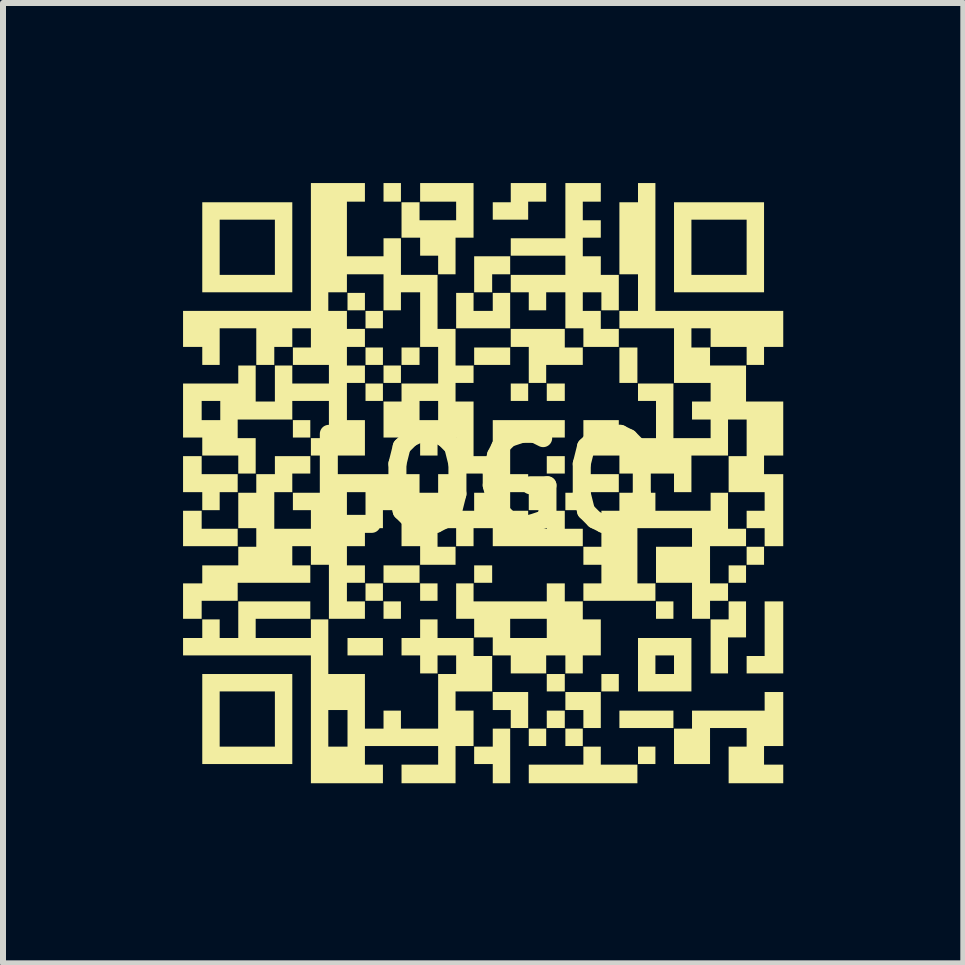
<source format=kicad_pcb>
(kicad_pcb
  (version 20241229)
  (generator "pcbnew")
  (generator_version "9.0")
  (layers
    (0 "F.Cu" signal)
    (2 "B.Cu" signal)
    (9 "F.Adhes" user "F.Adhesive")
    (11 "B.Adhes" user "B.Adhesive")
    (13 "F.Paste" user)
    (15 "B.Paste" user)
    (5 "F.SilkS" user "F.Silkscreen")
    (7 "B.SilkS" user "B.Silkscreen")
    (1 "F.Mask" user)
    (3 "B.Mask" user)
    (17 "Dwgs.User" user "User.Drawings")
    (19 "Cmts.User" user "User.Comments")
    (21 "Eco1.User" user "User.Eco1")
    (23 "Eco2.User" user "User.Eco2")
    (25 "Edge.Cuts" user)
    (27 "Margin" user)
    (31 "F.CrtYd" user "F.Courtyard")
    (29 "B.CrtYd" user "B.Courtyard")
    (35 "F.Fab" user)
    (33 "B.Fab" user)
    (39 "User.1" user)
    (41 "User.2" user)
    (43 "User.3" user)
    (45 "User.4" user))
  (footprint "LOGO"
    (layer "F.Cu")
    (at 5 5)
    (property "Reference" "LOGO" (at 0 0 0) (layer "F.SilkS") (effects (font (size 1.5 1.5) (thickness 0.3))))
    (attr board_only exclude_from_pos_files exclude_from_bom)
    (fp_poly (pts (xy -2.88 -0.905) (xy -2.88 -0.76) (xy -3.025 -0.76) (xy -3.17 -0.76) (xy -3.17 -0.905) (xy -3.17 -1.05) (xy -3.025 -1.05) (xy -2.88 -1.05)) (stroke (width 0) (type solid)) (fill yes) (layer "F.SilkS"))
    (fp_poly (pts (xy -1.97 -3.025) (xy -1.97 -2.88) (xy -2.115 -2.88) (xy -2.26 -2.88) (xy -2.26 -3.025) (xy -2.26 -3.17) (xy -2.115 -3.17) (xy -1.97 -3.17)) (stroke (width 0) (type solid)) (fill yes) (layer "F.SilkS"))
    (fp_poly (pts (xy -1.67 -2.725) (xy -1.67 -2.58) (xy -1.815 -2.58) (xy -1.96 -2.58) (xy -1.96 -2.725) (xy -1.96 -2.87) (xy -1.815 -2.87) (xy -1.67 -2.87)) (stroke (width 0) (type solid)) (fill yes) (layer "F.SilkS"))
    (fp_poly (pts (xy -1.67 -2.115) (xy -1.67 -1.97) (xy -1.815 -1.97) (xy -1.96 -1.97) (xy -1.96 -2.115) (xy -1.96 -2.26) (xy -1.815 -2.26) (xy -1.67 -2.26)) (stroke (width 0) (type solid)) (fill yes) (layer "F.SilkS"))
    (fp_poly (pts (xy -1.67 -1.515) (xy -1.67 -1.37) (xy -1.815 -1.37) (xy -1.96 -1.37) (xy -1.96 -1.515) (xy -1.96 -1.66) (xy -1.815 -1.66) (xy -1.67 -1.66)) (stroke (width 0) (type solid)) (fill yes) (layer "F.SilkS"))
    (fp_poly (pts (xy -1.67 1.815) (xy -1.67 1.96) (xy -1.815 1.96) (xy -1.96 1.96) (xy -1.96 1.815) (xy -1.96 1.67) (xy -1.815 1.67) (xy -1.67 1.67)) (stroke (width 0) (type solid)) (fill yes) (layer "F.SilkS"))
    (fp_poly (pts (xy -1.67 2.725) (xy -1.67 2.87) (xy -1.965 2.87) (xy -2.26 2.87) (xy -2.26 2.725) (xy -2.26 2.58) (xy -1.965 2.58) (xy -1.67 2.58)) (stroke (width 0) (type solid)) (fill yes) (layer "F.SilkS"))
    (fp_poly (pts (xy -1.37 -4.845) (xy -1.37 -4.69) (xy -1.515 -4.69) (xy -1.66 -4.69) (xy -1.66 -4.845) (xy -1.66 -5) (xy -1.515 -5) (xy -1.37 -5)) (stroke (width 0) (type solid)) (fill yes) (layer "F.SilkS"))
    (fp_poly (pts (xy -1.37 -1.815) (xy -1.37 -1.67) (xy -1.515 -1.67) (xy -1.66 -1.67) (xy -1.66 -1.815) (xy -1.66 -1.96) (xy -1.515 -1.96) (xy -1.37 -1.96)) (stroke (width 0) (type solid)) (fill yes) (layer "F.SilkS"))
    (fp_poly (pts (xy -1.37 2.115) (xy -1.37 2.26) (xy -1.515 2.26) (xy -1.66 2.26) (xy -1.66 2.115) (xy -1.66 1.97) (xy -1.515 1.97) (xy -1.37 1.97)) (stroke (width 0) (type solid)) (fill yes) (layer "F.SilkS"))
    (fp_poly (pts (xy -1.06 -2.115) (xy -1.06 -1.97) (xy -1.21 -1.97) (xy -1.36 -1.97) (xy -1.36 -2.115) (xy -1.36 -2.26) (xy -1.21 -2.26) (xy -1.06 -2.26)) (stroke (width 0) (type solid)) (fill yes) (layer "F.SilkS"))
    (fp_poly (pts (xy -1.06 1.515) (xy -1.06 1.66) (xy -1.36 1.66) (xy -1.66 1.66) (xy -1.66 1.515) (xy -1.66 1.37) (xy -1.36 1.37) (xy -1.06 1.37)) (stroke (width 0) (type solid)) (fill yes) (layer "F.SilkS"))
    (fp_poly (pts (xy -0.76 1.815) (xy -0.76 1.96) (xy -0.905 1.96) (xy -1.05 1.96) (xy -1.05 1.815) (xy -1.05 1.67) (xy -0.905 1.67) (xy -0.76 1.67)) (stroke (width 0) (type solid)) (fill yes) (layer "F.SilkS"))
    (fp_poly (pts (xy 0.15 1.515) (xy 0.15 1.66) (xy 0 1.66) (xy -0.15 1.66) (xy -0.15 1.515) (xy -0.15 1.37) (xy 0 1.37) (xy 0.15 1.37)) (stroke (width 0) (type solid)) (fill yes) (layer "F.SilkS"))
    (fp_poly (pts (xy 0.45 -2.115) (xy 0.45 -1.97) (xy 0.15 -1.97) (xy -0.15 -1.97) (xy -0.15 -2.115) (xy -0.15 -2.26) (xy 0.15 -2.26) (xy 0.45 -2.26)) (stroke (width 0) (type solid)) (fill yes) (layer "F.SilkS"))
    (fp_poly (pts (xy 0.75 -1.515) (xy 0.75 -1.37) (xy 0.605 -1.37) (xy 0.46 -1.37) (xy 0.46 -1.515) (xy 0.46 -1.66) (xy 0.605 -1.66) (xy 0.75 -1.66)) (stroke (width 0) (type solid)) (fill yes) (layer "F.SilkS"))
    (fp_poly (pts (xy 1.05 0.305) (xy 1.05 0.45) (xy 0.905 0.45) (xy 0.76 0.45) (xy 0.76 0.305) (xy 0.76 0.16) (xy 0.905 0.16) (xy 1.05 0.16)) (stroke (width 0) (type solid)) (fill yes) (layer "F.SilkS"))
    (fp_poly (pts (xy 1.05 4.235) (xy 1.05 4.38) (xy 0.905 4.38) (xy 0.76 4.38) (xy 0.76 4.235) (xy 0.76 4.09) (xy 0.905 4.09) (xy 1.05 4.09)) (stroke (width 0) (type solid)) (fill yes) (layer "F.SilkS"))
    (fp_poly (pts (xy 1.36 -1.515) (xy 1.36 -1.37) (xy 1.21 -1.37) (xy 1.06 -1.37) (xy 1.06 -1.515) (xy 1.06 -1.66) (xy 1.21 -1.66) (xy 1.36 -1.66)) (stroke (width 0) (type solid)) (fill yes) (layer "F.SilkS"))
    (fp_poly (pts (xy 1.36 -0.305) (xy 1.36 -0.16) (xy 1.21 -0.16) (xy 1.06 -0.16) (xy 1.06 -0.305) (xy 1.06 -0.45) (xy 1.21 -0.45) (xy 1.36 -0.45)) (stroke (width 0) (type solid)) (fill yes) (layer "F.SilkS"))
    (fp_poly (pts (xy 1.36 3.325) (xy 1.36 3.47) (xy 1.21 3.47) (xy 1.06 3.47) (xy 1.06 3.325) (xy 1.06 3.18) (xy 1.21 3.18) (xy 1.36 3.18)) (stroke (width 0) (type solid)) (fill yes) (layer "F.SilkS"))
    (fp_poly (pts (xy 1.36 3.935) (xy 1.36 4.08) (xy 1.21 4.08) (xy 1.06 4.08) (xy 1.06 3.935) (xy 1.06 3.79) (xy 1.21 3.79) (xy 1.36 3.79)) (stroke (width 0) (type solid)) (fill yes) (layer "F.SilkS"))
    (fp_poly (pts (xy 1.66 0.305) (xy 1.66 0.45) (xy 1.515 0.45) (xy 1.37 0.45) (xy 1.37 0.305) (xy 1.37 0.16) (xy 1.515 0.16) (xy 1.66 0.16)) (stroke (width 0) (type solid)) (fill yes) (layer "F.SilkS"))
    (fp_poly (pts (xy 1.66 4.235) (xy 1.66 4.38) (xy 1.515 4.38) (xy 1.37 4.38) (xy 1.37 4.235) (xy 1.37 4.09) (xy 1.515 4.09) (xy 1.66 4.09)) (stroke (width 0) (type solid)) (fill yes) (layer "F.SilkS"))
    (fp_poly (pts (xy 2.26 0) (xy 2.26 0.15) (xy 1.965 0.15) (xy 1.67 0.15) (xy 1.67 0) (xy 1.67 -0.15) (xy 1.965 -0.15) (xy 2.26 -0.15)) (stroke (width 0) (type solid)) (fill yes) (layer "F.SilkS"))
    (fp_poly (pts (xy 2.26 3.325) (xy 2.26 3.47) (xy 2.115 3.47) (xy 1.97 3.47) (xy 1.97 3.325) (xy 1.97 3.18) (xy 2.115 3.18) (xy 2.26 3.18)) (stroke (width 0) (type solid)) (fill yes) (layer "F.SilkS"))
    (fp_poly (pts (xy 2.57 -1.965) (xy 2.57 -1.67) (xy 2.42 -1.67) (xy 2.27 -1.67) (xy 2.27 -1.965) (xy 2.27 -2.26) (xy 2.42 -2.26) (xy 2.57 -2.26)) (stroke (width 0) (type solid)) (fill yes) (layer "F.SilkS"))
    (fp_poly (pts (xy 2.87 4.535) (xy 2.87 4.68) (xy 2.725 4.68) (xy 2.58 4.68) (xy 2.58 4.535) (xy 2.58 4.39) (xy 2.725 4.39) (xy 2.87 4.39)) (stroke (width 0) (type solid)) (fill yes) (layer "F.SilkS"))
    (fp_poly (pts (xy 3.17 2.115) (xy 3.17 2.26) (xy 3.025 2.26) (xy 2.88 2.26) (xy 2.88 2.115) (xy 2.88 1.97) (xy 3.025 1.97) (xy 3.17 1.97)) (stroke (width 0) (type solid)) (fill yes) (layer "F.SilkS"))
    (fp_poly (pts (xy 3.17 3.935) (xy 3.17 4.08) (xy 2.72 4.08) (xy 2.27 4.08) (xy 2.27 3.935) (xy 2.27 3.79) (xy 2.72 3.79) (xy 3.17 3.79)) (stroke (width 0) (type solid)) (fill yes) (layer "F.SilkS"))
    (fp_poly (pts (xy 4.38 1.515) (xy 4.38 1.66) (xy 4.235 1.66) (xy 4.09 1.66) (xy 4.09 1.515) (xy 4.09 1.37) (xy 4.235 1.37) (xy 4.38 1.37)) (stroke (width 0) (type solid)) (fill yes) (layer "F.SilkS"))
    (fp_poly (pts (xy 4.68 1.21) (xy 4.68 1.36) (xy 4.535 1.36) (xy 4.39 1.36) (xy 4.39 1.21) (xy 4.39 1.06) (xy 4.535 1.06) (xy 4.68 1.06)) (stroke (width 0) (type solid)) (fill yes) (layer "F.SilkS"))
    (fp_poly (pts (xy -4.69 0.61) (xy -4.69 0.76) (xy -4.39 0.76) (xy -4.09 0.76) (xy -4.09 0.905) (xy -4.09 1.05) (xy -4.545 1.05) (xy -5 1.05) (xy -5 0.755) (xy -5 0.46) (xy -4.845 0.46) (xy -4.69 0.46)) (stroke (width 0) (type solid)) (fill yes) (layer "F.SilkS"))
    (fp_poly (pts (xy 0.45 -3.63) (xy 0.45 -3.48) (xy 0.3 -3.48) (xy 0.15 -3.48) (xy 0.15 -3.33) (xy 0.15 -3.18) (xy 0 -3.18) (xy -0.15 -3.18) (xy -0.15 -3.48) (xy -0.15 -3.78) (xy 0.15 -3.78) (xy 0.45 -3.78)) (stroke (width 0) (type solid)) (fill yes) (layer "F.SilkS"))
    (fp_poly (pts (xy 0.75 3.78) (xy 0.75 4.08) (xy 0.605 4.08) (xy 0.46 4.08) (xy 0.46 3.93) (xy 0.46 3.78) (xy 0.31 3.78) (xy 0.16 3.78) (xy 0.16 3.63) (xy 0.16 3.48) (xy 0.455 3.48) (xy 0.75 3.48)) (stroke (width 0) (type solid)) (fill yes) (layer "F.SilkS"))
    (fp_poly (pts (xy 1.96 3.78) (xy 1.96 4.08) (xy 1.815 4.08) (xy 1.67 4.08) (xy 1.67 3.93) (xy 1.67 3.78) (xy 1.52 3.78) (xy 1.37 3.78) (xy 1.37 3.63) (xy 1.37 3.48) (xy 1.665 3.48) (xy 1.96 3.48)) (stroke (width 0) (type solid)) (fill yes) (layer "F.SilkS"))
    (fp_poly (pts (xy 5 2.57) (xy 5 3.17) (xy 4.695 3.17) (xy 4.39 3.17) (xy 4.39 3.025) (xy 4.39 2.88) (xy 4.54 2.88) (xy 4.69 2.88) (xy 4.69 2.425) (xy 4.69 1.97) (xy 4.845 1.97) (xy 5 1.97)) (stroke (width 0) (type solid)) (fill yes) (layer "F.SilkS"))
    (fp_poly (pts (xy -0.16 -3.02) (xy -0.16 -2.87) (xy 0 -2.87) (xy 0.16 -2.87) (xy 0.16 -3.02) (xy 0.16 -3.17) (xy 0.305 -3.17) (xy 0.45 -3.17) (xy 0.45 -2.875) (xy 0.45 -2.58) (xy 0 -2.58) (xy -0.45 -2.58) (xy -0.45 -2.875) (xy -0.45 -3.17) (xy -0.305 -3.17) (xy -0.16 -3.17)) (stroke (width 0) (type solid)) (fill yes) (layer "F.SilkS"))
    (fp_poly (pts (xy 0.45 4.545) (xy 0.45 5) (xy 0.305 5) (xy 0.16 5) (xy 0.16 4.84) (xy 0.16 4.68) (xy 0.005 4.68) (xy -0.15 4.68) (xy -0.15 4.535) (xy -0.15 4.39) (xy 0.005 4.39) (xy 0.16 4.39) (xy 0.16 4.24) (xy 0.16 4.09) (xy 0.305 4.09) (xy 0.45 4.09)) (stroke (width 0) (type solid)) (fill yes) (layer "F.SilkS"))
    (fp_poly (pts (xy 1.05 -4.845) (xy 1.05 -4.69) (xy 0.9 -4.69) (xy 0.75 -4.69) (xy 0.75 -4.54) (xy 0.75 -4.39) (xy 0.455 -4.39) (xy 0.16 -4.39) (xy 0.16 -4.535) (xy 0.16 -4.68) (xy 0.31 -4.68) (xy 0.46 -4.68) (xy 0.46 -4.84) (xy 0.46 -5) (xy 0.755 -5) (xy 1.05 -5)) (stroke (width 0) (type solid)) (fill yes) (layer "F.SilkS"))
    (fp_poly (pts (xy 1.96 4.54) (xy 1.96 4.69) (xy 2.265 4.69) (xy 2.57 4.69) (xy 2.57 4.845) (xy 2.57 5) (xy 1.665 5) (xy 0.76 5) (xy 0.76 4.845) (xy 0.76 4.69) (xy 1.215 4.69) (xy 1.67 4.69) (xy 1.67 4.54) (xy 1.67 4.39) (xy 1.815 4.39) (xy 1.96 4.39)) (stroke (width 0) (type solid)) (fill yes) (layer "F.SilkS"))
    (fp_poly (pts (xy 4.38 2.27) (xy 4.38 2.57) (xy 4.23 2.57) (xy 4.08 2.57) (xy 4.08 2.87) (xy 4.08 3.17) (xy 3.935 3.17) (xy 3.79 3.17) (xy 3.79 2.72) (xy 3.79 2.27) (xy 3.94 2.27) (xy 4.09 2.27) (xy 4.09 2.12) (xy 4.09 1.97) (xy 4.235 1.97) (xy 4.38 1.97)) (stroke (width 0) (type solid)) (fill yes) (layer "F.SilkS"))
    (fp_poly (pts (xy -3.18 -3.93) (xy -3.18 -3.18) (xy -3.93 -3.18) (xy -4.68 -3.18) (xy -4.68 -3.93) (xy -4.39 -3.93) (xy -4.39 -3.47) (xy -3.93 -3.47) (xy -3.47 -3.47) (xy -3.47 -3.93) (xy -3.47 -4.39) (xy -3.93 -4.39) (xy -4.39 -4.39) (xy -4.39 -3.93) (xy -4.68 -3.93) (xy -4.68 -4.68) (xy -3.93 -4.68) (xy -3.18 -4.68)) (stroke (width 0) (type solid)) (fill yes) (layer "F.SilkS"))
    (fp_poly (pts (xy -3.18 3.93) (xy -3.18 4.68) (xy -3.93 4.68) (xy -4.68 4.68) (xy -4.68 3.93) (xy -4.39 3.93) (xy -4.39 4.39) (xy -3.93 4.39) (xy -3.47 4.39) (xy -3.47 3.93) (xy -3.47 3.47) (xy -3.93 3.47) (xy -4.39 3.47) (xy -4.39 3.93) (xy -4.68 3.93) (xy -4.68 3.18) (xy -3.93 3.18) (xy -3.18 3.18)) (stroke (width 0) (type solid)) (fill yes) (layer "F.SilkS"))
    (fp_poly (pts (xy 3.47 3.025) (xy 3.47 3.47) (xy 3.025 3.47) (xy 2.58 3.47) (xy 2.58 3.025) (xy 2.87 3.025) (xy 2.87 3.18) (xy 3.025 3.18) (xy 3.18 3.18) (xy 3.18 3.025) (xy 3.18 2.87) (xy 3.025 2.87) (xy 2.87 2.87) (xy 2.87 3.025) (xy 2.58 3.025) (xy 2.58 2.58) (xy 3.025 2.58) (xy 3.47 2.58)) (stroke (width 0) (type solid)) (fill yes) (layer "F.SilkS"))
    (fp_poly (pts (xy 4.68 -3.93) (xy 4.68 -3.18) (xy 3.93 -3.18) (xy 3.18 -3.18) (xy 3.18 -3.93) (xy 3.47 -3.93) (xy 3.47 -3.47) (xy 3.93 -3.47) (xy 4.39 -3.47) (xy 4.39 -3.93) (xy 4.39 -4.39) (xy 3.93 -4.39) (xy 3.47 -4.39) (xy 3.47 -3.93) (xy 3.18 -3.93) (xy 3.18 -4.68) (xy 3.93 -4.68) (xy 4.68 -4.68)) (stroke (width 0) (type solid)) (fill yes) (layer "F.SilkS"))
    (fp_poly (pts (xy -4.69 -0.3) (xy -4.69 -0.15) (xy -4.39 -0.15) (xy -4.09 -0.15) (xy -4.09 0) (xy -4.09 0.15) (xy -4.24 0.15) (xy -4.39 0.15) (xy -4.39 0.3) (xy -4.39 0.45) (xy -4.535 0.45) (xy -4.68 0.45) (xy -4.68 0.3) (xy -4.68 0.15) (xy -4.84 0.15) (xy -5 0.15) (xy -5 -0.15) (xy -5 -0.45) (xy -4.845 -0.45) (xy -4.69 -0.45)) (stroke (width 0) (type solid)) (fill yes) (layer "F.SilkS"))
    (fp_poly (pts (xy 1.36 -2.415) (xy 1.36 -2.26) (xy 1.51 -2.26) (xy 1.66 -2.26) (xy 1.66 -2.115) (xy 1.66 -1.97) (xy 1.355 -1.97) (xy 1.05 -1.97) (xy 1.05 -1.82) (xy 1.05 -1.67) (xy 0.905 -1.67) (xy 0.76 -1.67) (xy 0.76 -1.97) (xy 0.76 -2.27) (xy 0.61 -2.27) (xy 0.46 -2.27) (xy 0.46 -2.42) (xy 0.46 -2.57) (xy 0.91 -2.57) (xy 1.36 -2.57)) (stroke (width 0) (type solid)) (fill yes) (layer "F.SilkS"))
    (fp_poly (pts (xy -0.16 -4.545) (xy -0.16 -4.09) (xy -0.31 -4.09) (xy -0.46 -4.09) (xy -0.46 -3.785) (xy -0.46 -3.48) (xy -0.605 -3.48) (xy -0.75 -3.48) (xy -0.75 -3.635) (xy -0.75 -3.79) (xy -0.9 -3.79) (xy -1.05 -3.79) (xy -1.05 -3.94) (xy -1.05 -4.09) (xy -1.205 -4.09) (xy -1.36 -4.09) (xy -1.36 -4.385) (xy -1.36 -4.68) (xy -1.21 -4.68) (xy -1.06 -4.68) (xy -1.06 -4.53) (xy -1.06 -4.38) (xy -0.755 -4.38) (xy -0.45 -4.38) (xy -0.45 -4.535) (xy -0.45 -4.69) (xy -0.75 -4.69) (xy -1.05 -4.69) (xy -1.05 -4.845) (xy -1.05 -5) (xy -0.605 -5) (xy -0.16 -5)) (stroke (width 0) (type solid)) (fill yes) (layer "F.SilkS"))
    (fp_poly (pts (xy 5 3.93) (xy 5 4.38) (xy 4.84 4.38) (xy 4.68 4.38) (xy 4.68 4.535) (xy 4.68 4.69) (xy 4.84 4.69) (xy 5 4.69) (xy 5 4.845) (xy 5 5) (xy 4.545 5) (xy 4.09 5) (xy 4.09 4.695) (xy 4.09 4.39) (xy 4.24 4.39) (xy 4.39 4.39) (xy 4.39 4.235) (xy 4.39 4.08) (xy 4.085 4.08) (xy 3.78 4.08) (xy 3.78 4.38) (xy 3.78 4.68) (xy 3.48 4.68) (xy 3.18 4.68) (xy 3.18 4.385) (xy 3.18 4.09) (xy 3.33 4.09) (xy 3.48 4.09) (xy 3.48 3.94) (xy 3.48 3.79) (xy 4.085 3.79) (xy 4.69 3.79) (xy 4.69 3.635) (xy 4.69 3.48) (xy 4.845 3.48) (xy 5 3.48)) (stroke (width 0) (type solid)) (fill yes) (layer "F.SilkS"))
    (fp_poly (pts (xy -0.16 1.82) (xy -0.16 1.97) (xy 0.45 1.97) (xy 1.06 1.97) (xy 1.06 1.82) (xy 1.06 1.67) (xy 1.21 1.67) (xy 1.36 1.67) (xy 1.36 1.82) (xy 1.36 1.97) (xy 1.51 1.97) (xy 1.66 1.97) (xy 1.66 2.12) (xy 1.66 2.27) (xy 1.81 2.27) (xy 1.96 2.27) (xy 1.96 2.57) (xy 1.96 2.87) (xy 1.81 2.87) (xy 1.66 2.87) (xy 1.66 3.02) (xy 1.66 3.17) (xy 1.515 3.17) (xy 1.37 3.17) (xy 1.37 3.02) (xy 1.37 2.87) (xy 1.21 2.87) (xy 1.05 2.87) (xy 1.05 3.02) (xy 1.05 3.17) (xy 0.755 3.17) (xy 0.46 3.17) (xy 0.46 3.02) (xy 0.46 2.87) (xy 0.31 2.87) (xy 0.16 2.87) (xy 0.16 2.72) (xy 0.16 2.57) (xy 0.005 2.57) (xy -0.15 2.57) (xy -0.15 2.42) (xy 0.45 2.42) (xy 0.45 2.58) (xy 0.755 2.58) (xy 1.06 2.58) (xy 1.06 2.42) (xy 1.06 2.26) (xy 0.755 2.26) (xy 0.45 2.26) (xy 0.45 2.42) (xy -0.15 2.42) (xy -0.15 2.415) (xy -0.15 2.26) (xy -0.3 2.26) (xy -0.45 2.26) (xy -0.45 1.965) (xy -0.45 1.67) (xy -0.305 1.67) (xy -0.16 1.67)) (stroke (width 0) (type solid)) (fill yes) (layer "F.SilkS"))
    (fp_poly (pts (xy 2.87 0.31) (xy 2.87 0.46) (xy 3.33 0.46) (xy 3.79 0.46) (xy 3.79 0.31) (xy 3.79 0.16) (xy 3.935 0.16) (xy 4.08 0.16) (xy 4.08 0.46) (xy 4.08 0.76) (xy 4.23 0.76) (xy 4.38 0.76) (xy 4.38 0.905) (xy 4.38 1.05) (xy 4.08 1.05) (xy 3.78 1.05) (xy 3.78 1.36) (xy 3.78 1.67) (xy 3.93 1.67) (xy 4.08 1.67) (xy 4.08 1.815) (xy 4.08 1.96) (xy 3.93 1.96) (xy 3.78 1.96) (xy 3.78 2.11) (xy 3.78 2.26) (xy 3.63 2.26) (xy 3.48 2.26) (xy 3.48 1.96) (xy 3.48 1.66) (xy 3.18 1.66) (xy 2.88 1.66) (xy 2.88 1.36) (xy 2.88 1.06) (xy 3.18 1.06) (xy 3.48 1.06) (xy 3.48 0.905) (xy 3.48 0.75) (xy 3.025 0.75) (xy 2.57 0.75) (xy 2.57 1.21) (xy 2.57 1.67) (xy 2.72 1.67) (xy 2.87 1.67) (xy 2.87 1.815) (xy 2.87 1.96) (xy 2.27 1.96) (xy 1.67 1.96) (xy 1.67 1.815) (xy 1.67 1.67) (xy 1.82 1.67) (xy 1.97 1.67) (xy 1.97 1.515) (xy 1.97 1.36) (xy 1.82 1.36) (xy 1.67 1.36) (xy 1.67 1.21) (xy 1.67 1.06) (xy 1.82 1.06) (xy 1.97 1.06) (xy 1.97 0.76) (xy 1.97 0.46) (xy 2.12 0.46) (xy 2.27 0.46) (xy 2.27 0.31) (xy 2.27 0.16) (xy 2.57 0.16) (xy 2.87 0.16)) (stroke (width 0) (type solid)) (fill yes) (layer "F.SilkS"))
    (fp_poly (pts (xy 1.96 -4.845) (xy 1.96 -4.69) (xy 1.81 -4.69) (xy 1.66 -4.69) (xy 1.66 -4.535) (xy 1.66 -4.38) (xy 1.81 -4.38) (xy 1.96 -4.38) (xy 1.96 -4.235) (xy 1.96 -4.09) (xy 1.81 -4.09) (xy 1.66 -4.09) (xy 1.66 -3.935) (xy 1.66 -3.78) (xy 1.81 -3.78) (xy 1.96 -3.78) (xy 1.96 -3.625) (xy 1.96 -3.47) (xy 2.11 -3.47) (xy 2.26 -3.47) (xy 2.26 -3.175) (xy 2.26 -2.88) (xy 2.115 -2.88) (xy 1.97 -2.88) (xy 1.97 -3.03) (xy 1.97 -3.18) (xy 1.815 -3.18) (xy 1.66 -3.18) (xy 1.66 -3.025) (xy 1.66 -2.87) (xy 1.81 -2.87) (xy 1.96 -2.87) (xy 1.96 -2.72) (xy 1.96 -2.57) (xy 2.11 -2.57) (xy 2.26 -2.57) (xy 2.26 -2.42) (xy 2.26 -2.27) (xy 1.965 -2.27) (xy 1.67 -2.27) (xy 1.67 -2.425) (xy 1.67 -2.58) (xy 1.52 -2.58) (xy 1.37 -2.58) (xy 1.37 -2.88) (xy 1.37 -3.18) (xy 1.21 -3.18) (xy 1.05 -3.18) (xy 1.05 -3.03) (xy 1.05 -2.88) (xy 0.905 -2.88) (xy 0.76 -2.88) (xy 0.76 -3.03) (xy 0.76 -3.18) (xy 0.61 -3.18) (xy 0.46 -3.18) (xy 0.46 -3.325) (xy 0.46 -3.47) (xy 0.915 -3.47) (xy 1.37 -3.47) (xy 1.37 -3.63) (xy 1.37 -3.79) (xy 0.915 -3.79) (xy 0.46 -3.79) (xy 0.46 -3.935) (xy 0.46 -4.08) (xy 0.915 -4.08) (xy 1.37 -4.08) (xy 1.37 -4.54) (xy 1.37 -5) (xy 1.665 -5) (xy 1.96 -5)) (stroke (width 0) (type solid)) (fill yes) (layer "F.SilkS"))
    (fp_poly (pts (xy -2.88 2.115) (xy -2.88 2.26) (xy -3.335 2.26) (xy -3.79 2.26) (xy -3.79 2.42) (xy -3.79 2.58) (xy -3.33 2.58) (xy -2.87 2.58) (xy -2.87 2.425) (xy -2.87 2.27) (xy -2.725 2.27) (xy -2.58 2.27) (xy -2.58 2.725) (xy -2.58 3.18) (xy -2.275 3.18) (xy -1.97 3.18) (xy -1.97 3.635) (xy -1.97 4.09) (xy -1.815 4.09) (xy -1.66 4.09) (xy -1.66 3.94) (xy -1.66 3.79) (xy -1.515 3.79) (xy -1.37 3.79) (xy -1.37 3.94) (xy -1.37 4.09) (xy -1.06 4.09) (xy -0.75 4.09) (xy -0.75 3.635) (xy -0.75 3.18) (xy -0.6 3.18) (xy -0.45 3.18) (xy -0.45 3.025) (xy -0.45 2.87) (xy -0.605 2.87) (xy -0.76 2.87) (xy -0.76 3.02) (xy -0.76 3.17) (xy -0.905 3.17) (xy -1.05 3.17) (xy -1.05 3.02) (xy -1.05 2.87) (xy -1.205 2.87) (xy -1.36 2.87) (xy -1.36 2.725) (xy -1.36 2.58) (xy -1.205 2.58) (xy -1.05 2.58) (xy -1.05 2.425) (xy -1.05 2.27) (xy -0.905 2.27) (xy -0.76 2.27) (xy -0.76 2.425) (xy -0.76 2.58) (xy -0.46 2.58) (xy -0.16 2.58) (xy -0.16 2.73) (xy -0.16 2.88) (xy -0.005 2.88) (xy 0.15 2.88) (xy 0.15 3.175) (xy 0.15 3.47) (xy -0.155 3.47) (xy -0.46 3.47) (xy -0.46 3.63) (xy -0.46 3.79) (xy -0.31 3.79) (xy -0.16 3.79) (xy -0.16 4.085) (xy -0.16 4.38) (xy -0.31 4.38) (xy -0.46 4.38) (xy -0.46 4.69) (xy -0.46 5) (xy -0.91 5) (xy -1.36 5) (xy -1.36 4.845) (xy -1.36 4.69) (xy -1.055 4.69) (xy -0.75 4.69) (xy -0.75 4.535) (xy -0.75 4.38) (xy -1.36 4.38) (xy -1.97 4.38) (xy -1.97 4.535) (xy -1.97 4.69) (xy -1.82 4.69) (xy -1.67 4.69) (xy -1.67 4.845) (xy -1.67 5) (xy -2.27 5) (xy -2.87 5) (xy -2.87 4.085) (xy -2.58 4.085) (xy -2.58 4.39) (xy -2.42 4.39) (xy -2.26 4.39) (xy -2.26 4.085) (xy -2.26 3.78) (xy -2.42 3.78) (xy -2.58 3.78) (xy -2.58 4.085) (xy -2.87 4.085) (xy -2.87 3.935) (xy -2.87 2.87) (xy -3.935 2.87) (xy -5 2.87) (xy -5 2.725) (xy -5 2.58) (xy -4.84 2.58) (xy -4.68 2.58) (xy -4.68 2.425) (xy -4.68 2.27) (xy -4.535 2.27) (xy -4.39 2.27) (xy -4.39 2.425) (xy -4.39 2.58) (xy -4.235 2.58) (xy -4.08 2.58) (xy -4.08 2.275) (xy -4.08 1.97) (xy -3.48 1.97) (xy -2.88 1.97)) (stroke (width 0) (type solid)) (fill yes) (layer "F.SilkS"))
    (fp_poly (pts (xy 2.87 -3.935) (xy 2.87 -2.87) (xy 3.935 -2.87) (xy 5 -2.87) (xy 5 -2.57) (xy 5 -2.27) (xy 4.84 -2.27) (xy 4.68 -2.27) (xy 4.68 -2.12) (xy 4.68 -1.97) (xy 4.535 -1.97) (xy 4.39 -1.97) (xy 4.39 -2.12) (xy 4.39 -2.27) (xy 4.09 -2.27) (xy 3.79 -2.27) (xy 3.79 -2.425) (xy 3.79 -2.58) (xy 3.63 -2.58) (xy 3.47 -2.58) (xy 3.47 -2.42) (xy 3.47 -2.26) (xy 3.625 -2.26) (xy 3.78 -2.26) (xy 3.78 -2.11) (xy 3.78 -1.96) (xy 4.08 -1.96) (xy 4.38 -1.96) (xy 4.38 -1.66) (xy 4.38 -1.36) (xy 4.69 -1.36) (xy 5 -1.36) (xy 5 -0.91) (xy 5 -0.46) (xy 4.84 -0.46) (xy 4.68 -0.46) (xy 4.68 -0.305) (xy 4.68 -0.15) (xy 4.84 -0.15) (xy 5 -0.15) (xy 5 0.45) (xy 5 1.05) (xy 4.845 1.05) (xy 4.69 1.05) (xy 4.69 0.9) (xy 4.69 0.75) (xy 4.54 0.75) (xy 4.39 0.75) (xy 4.39 0.605) (xy 4.39 0.46) (xy 4.54 0.46) (xy 4.69 0.46) (xy 4.69 0.305) (xy 4.69 0.15) (xy 4.39 0.15) (xy 4.09 0.15) (xy 4.09 -0.15) (xy 4.09 -0.45) (xy 4.24 -0.45) (xy 4.39 -0.45) (xy 4.39 -0.755) (xy 4.39 -1.06) (xy 4.235 -1.06) (xy 4.08 -1.06) (xy 4.08 -0.76) (xy 4.08 -0.46) (xy 3.775 -0.46) (xy 3.47 -0.46) (xy 3.47 -0.155) (xy 3.47 0.15) (xy 3.325 0.15) (xy 3.18 0.15) (xy 3.18 -0.005) (xy 3.18 -0.16) (xy 2.725 -0.16) (xy 2.27 -0.16) (xy 2.27 -0.31) (xy 2.27 -0.46) (xy 1.97 -0.46) (xy 1.67 -0.46) (xy 1.67 -0.755) (xy 1.67 -1.05) (xy 1.965 -1.05) (xy 2.26 -1.05) (xy 2.26 -0.9) (xy 2.26 -0.75) (xy 2.57 -0.75) (xy 2.88 -0.75) (xy 2.88 -1.06) (xy 2.88 -1.37) (xy 2.73 -1.37) (xy 2.58 -1.37) (xy 2.58 -1.515) (xy 2.58 -1.66) (xy 2.875 -1.66) (xy 3.17 -1.66) (xy 3.17 -1.205) (xy 3.17 -0.75) (xy 3.48 -0.75) (xy 3.79 -0.75) (xy 3.79 -0.905) (xy 3.79 -1.06) (xy 3.635 -1.06) (xy 3.48 -1.06) (xy 3.48 -1.21) (xy 3.48 -1.36) (xy 3.635 -1.36) (xy 3.79 -1.36) (xy 3.79 -1.515) (xy 3.79 -1.67) (xy 3.485 -1.67) (xy 3.18 -1.67) (xy 3.18 -2.125) (xy 3.18 -2.58) (xy 2.725 -2.58) (xy 2.27 -2.58) (xy 2.27 -2.725) (xy 2.27 -2.87) (xy 2.425 -2.87) (xy 2.58 -2.87) (xy 2.58 -3.175) (xy 2.58 -3.48) (xy 2.425 -3.48) (xy 2.27 -3.48) (xy 2.27 -4.08) (xy 2.27 -4.68) (xy 2.425 -4.68) (xy 2.58 -4.68) (xy 2.58 -4.84) (xy 2.58 -5) (xy 2.725 -5) (xy 2.87 -5)) (stroke (width 0) (type solid)) (fill yes) (layer "F.SilkS"))
    (fp_poly (pts (xy -1.97 -4.845) (xy -1.97 -4.69) (xy -2.12 -4.69) (xy -2.27 -4.69) (xy -2.27 -4.235) (xy -2.27 -3.78) (xy -1.965 -3.78) (xy -1.66 -3.78) (xy -1.66 -3.93) (xy -1.66 -4.08) (xy -1.515 -4.08) (xy -1.37 -4.08) (xy -1.37 -3.775) (xy -1.37 -3.47) (xy -1.065 -3.47) (xy -0.76 -3.47) (xy -0.76 -3.02) (xy -0.76 -2.57) (xy -0.61 -2.57) (xy -0.46 -2.57) (xy -0.46 -2.265) (xy -0.46 -1.96) (xy -0.31 -1.96) (xy -0.16 -1.96) (xy -0.16 -1.815) (xy -0.16 -1.67) (xy -0.31 -1.67) (xy -0.46 -1.67) (xy -0.46 -1.515) (xy -0.46 -1.36) (xy -0.31 -1.36) (xy -0.16 -1.36) (xy -0.16 -0.905) (xy -0.16 -0.45) (xy 0 -0.45) (xy 0.16 -0.45) (xy 0.16 -0.75) (xy 0.16 -1.05) (xy 0.76 -1.05) (xy 1.36 -1.05) (xy 1.36 -0.905) (xy 1.36 -0.76) (xy 0.905 -0.76) (xy 0.45 -0.76) (xy 0.45 -0.455) (xy 0.45 -0.15) (xy 0.6 -0.15) (xy 0.75 -0.15) (xy 0.75 0) (xy 0.75 0.15) (xy 0.6 0.15) (xy 0.45 0.15) (xy 0.45 0.305) (xy 0.45 0.46) (xy 0.6 0.46) (xy 0.75 0.46) (xy 0.75 0.61) (xy 0.75 0.76) (xy 0.905 0.76) (xy 1.06 0.76) (xy 1.06 0.61) (xy 1.06 0.46) (xy 1.21 0.46) (xy 1.36 0.46) (xy 1.36 0.61) (xy 1.36 0.76) (xy 1.51 0.76) (xy 1.66 0.76) (xy 1.66 0.905) (xy 1.66 1.05) (xy 0.91 1.05) (xy 0.16 1.05) (xy 0.16 0.9) (xy 0.16 0.75) (xy 0 0.75) (xy -0.16 0.75) (xy -0.16 0.9) (xy -0.16 1.05) (xy -0.305 1.05) (xy -0.45 1.05) (xy -0.45 0.9) (xy -0.45 0.75) (xy -0.605 0.75) (xy -0.76 0.75) (xy -0.76 0.905) (xy -0.76 1.06) (xy -0.61 1.06) (xy -0.46 1.06) (xy -0.46 1.21) (xy -0.46 1.36) (xy -0.755 1.36) (xy -1.05 1.36) (xy -1.05 1.205) (xy -1.05 1.05) (xy -1.205 1.05) (xy -1.36 1.05) (xy -1.36 0.75) (xy -1.36 0.45) (xy -1.515 0.45) (xy -1.67 0.45) (xy -1.67 0.6) (xy -1.67 0.75) (xy -1.815 0.75) (xy -1.96 0.75) (xy -1.96 0.45) (xy -1.96 0.15) (xy -2.115 0.15) (xy -2.27 0.15) (xy -2.27 0.455) (xy -2.27 0.76) (xy -2.12 0.76) (xy -1.97 0.76) (xy -1.97 0.905) (xy -1.97 1.05) (xy -2.12 1.05) (xy -2.27 1.05) (xy -2.27 1.21) (xy -2.27 1.37) (xy -2.12 1.37) (xy -1.97 1.37) (xy -1.97 1.515) (xy -1.97 1.66) (xy -2.12 1.66) (xy -2.27 1.66) (xy -2.27 1.815) (xy -2.27 1.97) (xy -2.12 1.97) (xy -1.97 1.97) (xy -1.97 2.115) (xy -1.97 2.26) (xy -2.27 2.26) (xy -2.57 2.26) (xy -2.57 1.81) (xy -2.57 1.36) (xy -2.72 1.36) (xy -2.87 1.36) (xy -2.87 1.205) (xy -2.87 1.05) (xy -3.025 1.05) (xy -3.18 1.05) (xy -3.18 1.21) (xy -3.18 1.37) (xy -3.03 1.37) (xy -2.88 1.37) (xy -2.88 1.515) (xy -2.88 1.66) (xy -3.485 1.66) (xy -4.09 1.66) (xy -4.09 1.81) (xy -4.09 1.96) (xy -4.39 1.96) (xy -4.69 1.96) (xy -4.69 2.11) (xy -4.69 2.26) (xy -4.845 2.26) (xy -5 2.26) (xy -5 1.965) (xy -5 1.67) (xy -4.84 1.67) (xy -4.68 1.67) (xy -4.68 1.52) (xy -4.68 1.37) (xy -4.38 1.37) (xy -4.08 1.37) (xy -4.08 1.215) (xy -4.08 1.06) (xy -3.93 1.06) (xy -3.78 1.06) (xy -3.78 0.905) (xy -3.78 0.75) (xy -3.93 0.75) (xy -4.08 0.75) (xy -4.08 0.455) (xy -4.08 0.16) (xy -3.93 0.16) (xy -3.78 0.16) (xy -3.78 0.005) (xy -3.78 -0.15) (xy -3.625 -0.15) (xy -3.47 -0.15) (xy -3.47 -0.3) (xy -3.47 -0.45) (xy -3.175 -0.45) (xy -2.88 -0.45) (xy -2.88 -0.305) (xy -2.88 -0.16) (xy -3.03 -0.16) (xy -3.18 -0.16) (xy -3.18 -0.005) (xy -3.18 0.15) (xy -3.33 0.15) (xy -3.48 0.15) (xy -3.48 0.455) (xy -3.48 0.76) (xy -3.175 0.76) (xy -2.87 0.76) (xy -2.87 0.605) (xy -2.87 0.45) (xy -3.02 0.45) (xy -3.17 0.45) (xy -3.17 0.305) (xy -3.17 0.16) (xy -2.87 0.16) (xy -2.57 0.16) (xy -2.57 0.005) (xy -2.57 -0.15) (xy -1.815 -0.15) (xy -1.06 -0.15) (xy -1.06 0.005) (xy -1.06 0.16) (xy -0.905 0.16) (xy -0.75 0.16) (xy -0.75 0.005) (xy -0.75 -0.15) (xy -0.605 -0.15) (xy -0.46 -0.15) (xy -0.46 0.155) (xy -0.46 0.46) (xy -0.305 0.46) (xy -0.15 0.46) (xy -0.15 0.31) (xy -0.15 0.16) (xy 0.005 0.16) (xy 0.16 0.16) (xy 0.16 0) (xy 0.16 -0.16) (xy -0.145 -0.16) (xy -0.45 -0.16) (xy -0.45 -0.46) (xy -0.45 -0.76) (xy -0.605 -0.76) (xy -0.76 -0.76) (xy -0.76 -0.61) (xy -0.76 -0.46) (xy -0.905 -0.46) (xy -1.05 -0.46) (xy -1.05 -0.61) (xy -1.05 -0.76) (xy -1.355 -0.76) (xy -1.66 -0.76) (xy -1.66 -1.06) (xy -1.66 -1.21) (xy -1.06 -1.21) (xy -1.06 -1.05) (xy -0.905 -1.05) (xy -0.75 -1.05) (xy -0.75 -1.21) (xy -0.75 -1.37) (xy -0.905 -1.37) (xy -1.06 -1.37) (xy -1.06 -1.21) (xy -1.66 -1.21) (xy -1.66 -1.36) (xy -1.51 -1.36) (xy -1.36 -1.36) (xy -1.36 -1.51) (xy -1.36 -1.66) (xy -1.055 -1.66) (xy -0.75 -1.66) (xy -0.75 -1.965) (xy -0.75 -2.27) (xy -0.9 -2.27) (xy -1.05 -2.27) (xy -1.05 -2.725) (xy -1.05 -3.18) (xy -1.21 -3.18) (xy -1.37 -3.18) (xy -1.37 -3.03) (xy -1.37 -2.88) (xy -1.515 -2.88) (xy -1.66 -2.88) (xy -1.66 -3.18) (xy -1.66 -3.48) (xy -1.965 -3.48) (xy -2.27 -3.48) (xy -2.27 -3.33) (xy -2.27 -3.18) (xy -2.425 -3.18) (xy -2.58 -3.18) (xy -2.58 -3.025) (xy -2.58 -2.87) (xy -2.425 -2.87) (xy -2.27 -2.87) (xy -2.27 -2.72) (xy -2.27 -2.57) (xy -2.12 -2.57) (xy -1.97 -2.57) (xy -1.97 -2.42) (xy -1.97 -2.27) (xy -2.12 -2.27) (xy -2.27 -2.27) (xy -2.27 -2.115) (xy -2.27 -1.96) (xy -2.12 -1.96) (xy -1.97 -1.96) (xy -1.97 -1.815) (xy -1.97 -1.67) (xy -2.12 -1.67) (xy -2.27 -1.67) (xy -2.27 -1.36) (xy -2.27 -1.05) (xy -2.12 -1.05) (xy -1.97 -1.05) (xy -1.97 -0.755) (xy -1.97 -0.46) (xy -2.42 -0.46) (xy -2.87 -0.46) (xy -2.87 -0.605) (xy -2.87 -0.75) (xy -2.72 -0.75) (xy -2.57 -0.75) (xy -2.57 -1.06) (xy -2.57 -1.37) (xy -2.875 -1.37) (xy -3.18 -1.37) (xy -3.18 -1.215) (xy -3.18 -1.06) (xy -3.635 -1.06) (xy -4.09 -1.06) (xy -4.09 -0.905) (xy -4.09 -0.75) (xy -3.94 -0.75) (xy -3.79 -0.75) (xy -3.79 -0.455) (xy -3.79 -0.16) (xy -3.935 -0.16) (xy -4.08 -0.16) (xy -4.08 -0.31) (xy -4.08 -0.46) (xy -4.38 -0.46) (xy -4.68 -0.46) (xy -4.68 -0.61) (xy -4.68 -0.76) (xy -4.84 -0.76) (xy -5 -0.76) (xy -5 -1.21) (xy -4.69 -1.21) (xy -4.69 -1.05) (xy -4.535 -1.05) (xy -4.38 -1.05) (xy -4.38 -1.21) (xy -4.38 -1.37) (xy -4.535 -1.37) (xy -4.69 -1.37) (xy -4.69 -1.21) (xy -5 -1.21) (xy -5 -1.66) (xy -4.54 -1.66) (xy -4.08 -1.66) (xy -4.08 -1.81) (xy -4.08 -1.96) (xy -3.935 -1.96) (xy -3.79 -1.96) (xy -3.79 -1.66) (xy -3.79 -1.36) (xy -3.63 -1.36) (xy -3.47 -1.36) (xy -3.47 -1.66) (xy -3.47 -1.96) (xy -3.325 -1.96) (xy -3.18 -1.96) (xy -3.18 -1.81) (xy -3.18 -1.66) (xy -2.875 -1.66) (xy -2.57 -1.66) (xy -2.57 -1.815) (xy -2.57 -1.97) (xy -2.87 -1.97) (xy -3.17 -1.97) (xy -3.17 -2.115) (xy -3.17 -2.26) (xy -3.02 -2.26) (xy -2.87 -2.26) (xy -2.87 -2.42) (xy -2.87 -2.58) (xy -3.025 -2.58) (xy -3.18 -2.58) (xy -3.18 -2.425) (xy -3.18 -2.27) (xy -3.33 -2.27) (xy -3.48 -2.27) (xy -3.48 -2.12) (xy -3.48 -1.97) (xy -3.63 -1.97) (xy -3.78 -1.97) (xy -3.78 -2.275) (xy -3.78 -2.58) (xy -4.085 -2.58) (xy -4.39 -2.58) (xy -4.39 -2.275) (xy -4.39 -1.97) (xy -4.535 -1.97) (xy -4.68 -1.97) (xy -4.68 -2.12) (xy -4.68 -2.27) (xy -4.84 -2.27) (xy -5 -2.27) (xy -5 -2.57) (xy -5 -2.87) (xy -3.935 -2.87) (xy -2.87 -2.87) (xy -2.87 -3.935) (xy -2.87 -5) (xy -2.42 -5) (xy -1.97 -5)) (stroke (width 0) (type solid)) (fill yes) (layer "F.SilkS")))
  (gr_rect
    (start -3 -3)
    (end 13 13)
    (stroke (width 0.1) (type default))
    (fill no)
    (layer "Edge.Cuts")))
</source>
